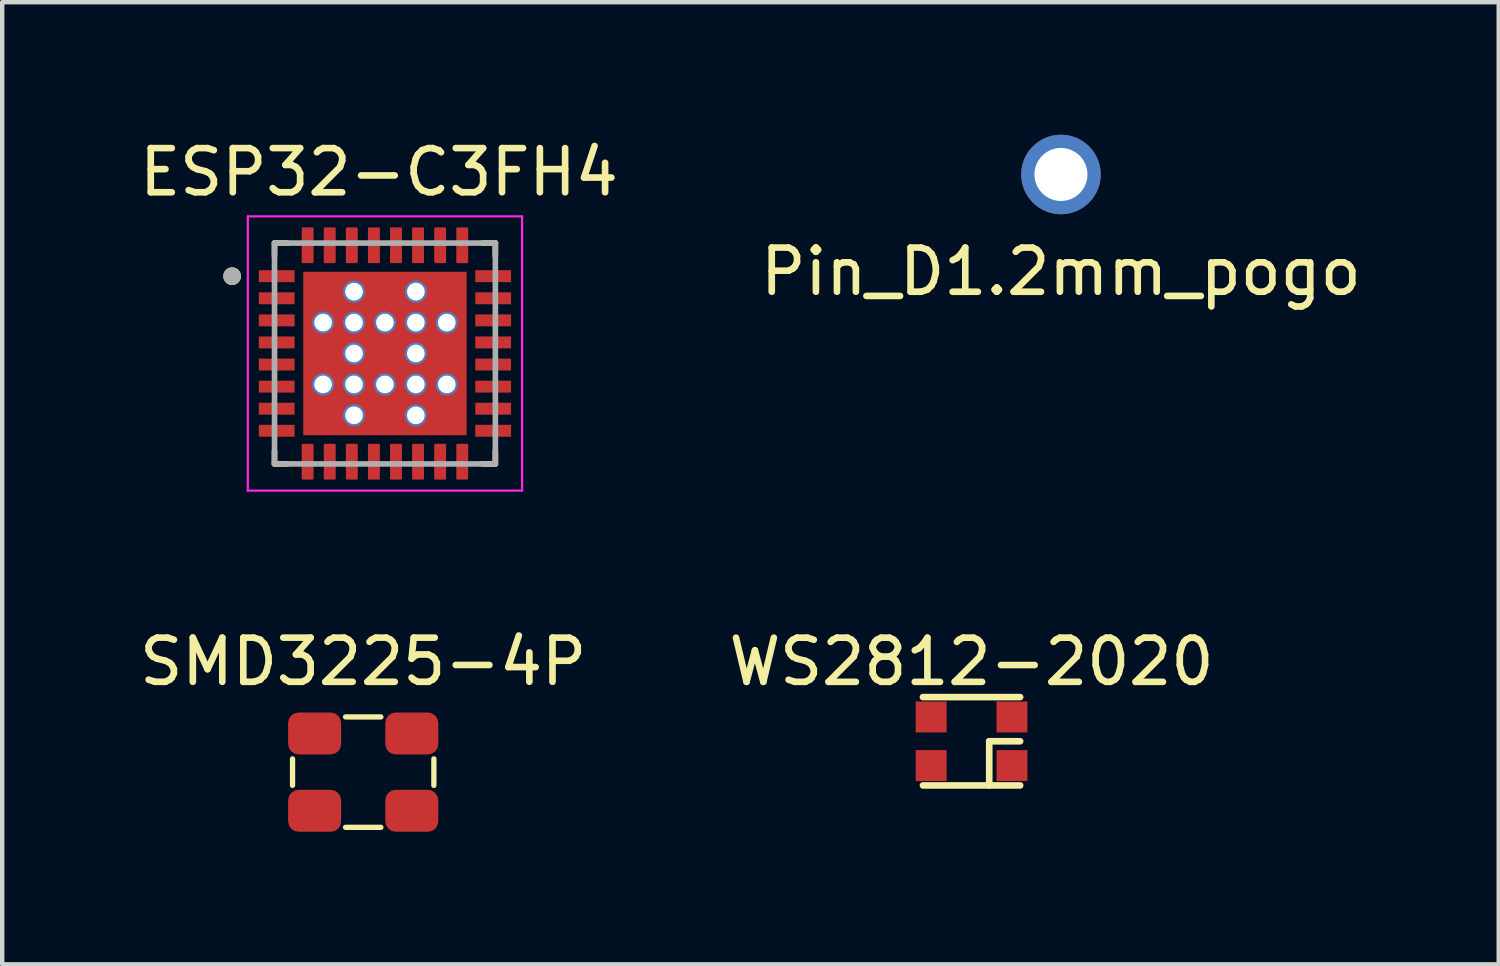
<source format=kicad_pcb>
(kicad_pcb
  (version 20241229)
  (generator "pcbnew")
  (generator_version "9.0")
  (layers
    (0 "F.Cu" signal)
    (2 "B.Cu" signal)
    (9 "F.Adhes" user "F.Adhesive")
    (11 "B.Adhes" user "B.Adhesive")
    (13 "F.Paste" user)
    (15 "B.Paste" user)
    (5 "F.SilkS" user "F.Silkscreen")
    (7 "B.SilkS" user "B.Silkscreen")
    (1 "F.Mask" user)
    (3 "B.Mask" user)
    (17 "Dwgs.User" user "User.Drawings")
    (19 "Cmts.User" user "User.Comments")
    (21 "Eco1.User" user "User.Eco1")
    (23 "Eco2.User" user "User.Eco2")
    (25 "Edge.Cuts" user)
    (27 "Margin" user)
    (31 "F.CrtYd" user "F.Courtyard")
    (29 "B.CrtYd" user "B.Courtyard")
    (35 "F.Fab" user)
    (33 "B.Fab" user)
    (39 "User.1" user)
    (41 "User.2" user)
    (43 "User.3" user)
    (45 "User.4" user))
  (footprint "SMD3225-4P"
    (layer "F.Cu")
    (at 5.173 14.431)
    (property "Reference" "SMD3225-4P" (at 0 -2.5 0) (unlocked yes) (layer "F.SilkS") (effects (font (size 1 1) (thickness 0.15))))
    (attr smd)
    (fp_line (start -1.6 -0.3) (end -1.6 0.3) (stroke (width 0.12) (type solid)) (layer "F.SilkS"))
    (fp_line (start -0.4 -1.25) (end 0.4 -1.25) (stroke (width 0.12) (type solid)) (layer "F.SilkS"))
    (fp_line (start -0.4 1.25) (end 0.4 1.25) (stroke (width 0.12) (type solid)) (layer "F.SilkS"))
    (fp_line (start 1.6 -0.3) (end 1.6 0.3) (stroke (width 0.12) (type solid)) (layer "F.SilkS"))
    (pad "1" smd roundrect (at -1.1 0.875 90) (size 0.95 1.2) (layers "F.Cu" "F.Mask" "F.Paste") (roundrect_rratio 0.25))
    (pad "2" smd roundrect (at 1.1 0.875 90) (size 0.95 1.2) (layers "F.Cu" "F.Mask" "F.Paste") (roundrect_rratio 0.25))
    (pad "3" smd roundrect (at 1.1 -0.875 90) (size 0.95 1.2) (layers "F.Cu" "F.Mask" "F.Paste") (roundrect_rratio 0.25))
    (pad "4" smd roundrect (at -1.1 -0.875 180) (size 1.2 0.95) (layers "F.Cu" "F.Mask" "F.Paste") (roundrect_rratio 0.25)))
  (footprint "WS2812-2020"
    (layer "F.Cu")
    (at 18.946 13.732)
    (property "Reference" "WS2812-2020" (at 0 -1.8 0) (unlocked yes) (layer "F.SilkS") (effects (font (size 1 1) (thickness 0.15))))
    (attr smd)
    (fp_line (start -1.1 -1) (end 1.1 -1) (stroke (width 0.15) (type solid)) (layer "F.SilkS"))
    (fp_line (start -1.1 1) (end 1.1 1) (stroke (width 0.15) (type solid)) (layer "F.SilkS"))
    (fp_line (start 0.4 0) (end 1.1 0) (stroke (width 0.15) (type solid)) (layer "F.SilkS"))
    (fp_line (start 0.4 1) (end 0.4 0) (stroke (width 0.15) (type solid)) (layer "F.SilkS"))
    (pad "1" smd rect (at 0.915 0.55) (size 0.7 0.7) (layers "F.Cu" "F.Mask" "F.Paste"))
    (pad "2" smd rect (at 0.915 -0.55) (size 0.7 0.7) (layers "F.Cu" "F.Mask" "F.Paste"))
    (pad "3" smd rect (at -0.915 -0.55) (size 0.7 0.7) (layers "F.Cu" "F.Mask" "F.Paste"))
    (pad "4" smd rect (at -0.915 0.55) (size 0.7 0.7) (layers "F.Cu" "F.Mask" "F.Paste")))
  (footprint "ESP32-C3FH4"
    (layer "F.Cu")
    (at 5.665 4.953)
    (property "Reference" "ESP32-C3FH4" (at -0.135 -4.105 0) (layer "F.SilkS") (effects (font (size 1 1) (thickness 0.15))))
    (attr through_hole)
    (fp_line (start -2.5 -2.5) (end -2.5 -2.205) (stroke (width 0.127) (type solid)) (layer "F.SilkS"))
    (fp_line (start -2.5 -2.5) (end -2.205 -2.5) (stroke (width 0.127) (type solid)) (layer "F.SilkS"))
    (fp_line (start -2.5 2.5) (end -2.5 2.205) (stroke (width 0.127) (type solid)) (layer "F.SilkS"))
    (fp_line (start -2.5 2.5) (end -2.205 2.5) (stroke (width 0.127) (type solid)) (layer "F.SilkS"))
    (fp_line (start 2.5 -2.5) (end 2.205 -2.5) (stroke (width 0.127) (type solid)) (layer "F.SilkS"))
    (fp_line (start 2.5 -2.5) (end 2.5 -2.205) (stroke (width 0.127) (type solid)) (layer "F.SilkS"))
    (fp_line (start 2.5 2.5) (end 2.205 2.5) (stroke (width 0.127) (type solid)) (layer "F.SilkS"))
    (fp_line (start 2.5 2.5) (end 2.5 2.205) (stroke (width 0.127) (type solid)) (layer "F.SilkS"))
    (fp_circle (center -3.46 -1.75) (end -3.36 -1.75) (stroke (width 0.2) (type solid)) (fill no) (layer "F.SilkS"))
    (fp_poly (pts (xy -1.85 -1.85) (xy -0.95 -1.85) (xy -0.95 -0.95) (xy -1.85 -0.95)) (stroke (width 0.01) (type solid)) (fill yes) (layer "F.Paste"))
    (fp_poly (pts (xy -1.85 -0.45) (xy -0.95 -0.45) (xy -0.95 0.45) (xy -1.85 0.45)) (stroke (width 0.01) (type solid)) (fill yes) (layer "F.Paste"))
    (fp_poly (pts (xy -1.85 0.95) (xy -0.95 0.95) (xy -0.95 1.85) (xy -1.85 1.85)) (stroke (width 0.01) (type solid)) (fill yes) (layer "F.Paste"))
    (fp_poly (pts (xy -0.45 -1.85) (xy 0.45 -1.85) (xy 0.45 -0.95) (xy -0.45 -0.95)) (stroke (width 0.01) (type solid)) (fill yes) (layer "F.Paste"))
    (fp_poly (pts (xy -0.45 -0.45) (xy 0.45 -0.45) (xy 0.45 0.45) (xy -0.45 0.45)) (stroke (width 0.01) (type solid)) (fill yes) (layer "F.Paste"))
    (fp_poly (pts (xy -0.45 0.95) (xy 0.45 0.95) (xy 0.45 1.85) (xy -0.45 1.85)) (stroke (width 0.01) (type solid)) (fill yes) (layer "F.Paste"))
    (fp_poly (pts (xy 0.95 -1.85) (xy 1.85 -1.85) (xy 1.85 -0.95) (xy 0.95 -0.95)) (stroke (width 0.01) (type solid)) (fill yes) (layer "F.Paste"))
    (fp_poly (pts (xy 0.95 -0.45) (xy 1.85 -0.45) (xy 1.85 0.45) (xy 0.95 0.45)) (stroke (width 0.01) (type solid)) (fill yes) (layer "F.Paste"))
    (fp_poly (pts (xy 0.95 0.95) (xy 1.85 0.95) (xy 1.85 1.85) (xy 0.95 1.85)) (stroke (width 0.01) (type solid)) (fill yes) (layer "F.Paste"))
    (fp_line (start -3.105 -3.105) (end 3.105 -3.105) (stroke (width 0.05) (type solid)) (layer "F.CrtYd"))
    (fp_line (start -3.105 3.105) (end -3.105 -3.105) (stroke (width 0.05) (type solid)) (layer "F.CrtYd"))
    (fp_line (start -3.105 3.105) (end 3.105 3.105) (stroke (width 0.05) (type solid)) (layer "F.CrtYd"))
    (fp_line (start 3.105 3.105) (end 3.105 -3.105) (stroke (width 0.05) (type solid)) (layer "F.CrtYd"))
    (fp_line (start -2.5 2.5) (end -2.5 -2.5) (stroke (width 0.127) (type solid)) (layer "F.Fab"))
    (fp_line (start 2.5 -2.5) (end -2.5 -2.5) (stroke (width 0.127) (type solid)) (layer "F.Fab"))
    (fp_line (start 2.5 2.5) (end -2.5 2.5) (stroke (width 0.127) (type solid)) (layer "F.Fab"))
    (fp_line (start 2.5 2.5) (end 2.5 -2.5) (stroke (width 0.127) (type solid)) (layer "F.Fab"))
    (fp_circle (center -3.46 -1.75) (end -3.36 -1.75) (stroke (width 0.2) (type solid)) (fill no) (layer "F.Fab"))
    (pad "1" smd roundrect (at -2.45 -1.75) (size 0.81 0.27) (layers "F.Cu" "F.Mask" "F.Paste") (roundrect_rratio 0.03))
    (pad "2" smd roundrect (at -2.45 -1.25) (size 0.81 0.27) (layers "F.Cu" "F.Mask" "F.Paste") (roundrect_rratio 0.03))
    (pad "3" smd roundrect (at -2.45 -0.75) (size 0.81 0.27) (layers "F.Cu" "F.Mask" "F.Paste") (roundrect_rratio 0.03))
    (pad "4" smd roundrect (at -2.45 -0.25) (size 0.81 0.27) (layers "F.Cu" "F.Mask" "F.Paste") (roundrect_rratio 0.03))
    (pad "5" smd roundrect (at -2.45 0.25) (size 0.81 0.27) (layers "F.Cu" "F.Mask" "F.Paste") (roundrect_rratio 0.03))
    (pad "6" smd roundrect (at -2.45 0.75) (size 0.81 0.27) (layers "F.Cu" "F.Mask" "F.Paste") (roundrect_rratio 0.03))
    (pad "7" smd roundrect (at -2.45 1.25) (size 0.81 0.27) (layers "F.Cu" "F.Mask" "F.Paste") (roundrect_rratio 0.03))
    (pad "8" smd roundrect (at -2.45 1.75) (size 0.81 0.27) (layers "F.Cu" "F.Mask" "F.Paste") (roundrect_rratio 0.03))
    (pad "9" smd roundrect (at -1.75 2.45) (size 0.27 0.81) (layers "F.Cu" "F.Mask" "F.Paste") (roundrect_rratio 0.1))
    (pad "10" smd roundrect (at -1.25 2.45) (size 0.27 0.81) (layers "F.Cu" "F.Mask" "F.Paste") (roundrect_rratio 0.1))
    (pad "11" smd roundrect (at -0.75 2.45) (size 0.27 0.81) (layers "F.Cu" "F.Mask" "F.Paste") (roundrect_rratio 0.1))
    (pad "12" smd roundrect (at -0.25 2.45) (size 0.27 0.81) (layers "F.Cu" "F.Mask" "F.Paste") (roundrect_rratio 0.1))
    (pad "13" smd roundrect (at 0.25 2.45) (size 0.27 0.81) (layers "F.Cu" "F.Mask" "F.Paste") (roundrect_rratio 0.1))
    (pad "14" smd roundrect (at 0.75 2.45) (size 0.27 0.81) (layers "F.Cu" "F.Mask" "F.Paste") (roundrect_rratio 0.1))
    (pad "15" smd roundrect (at 1.25 2.45) (size 0.27 0.81) (layers "F.Cu" "F.Mask" "F.Paste") (roundrect_rratio 0.1))
    (pad "16" smd roundrect (at 1.75 2.45) (size 0.27 0.81) (layers "F.Cu" "F.Mask" "F.Paste") (roundrect_rratio 0.1))
    (pad "17" smd roundrect (at 2.45 1.75) (size 0.81 0.27) (layers "F.Cu" "F.Mask" "F.Paste") (roundrect_rratio 0.03))
    (pad "18" smd roundrect (at 2.45 1.25) (size 0.81 0.27) (layers "F.Cu" "F.Mask" "F.Paste") (roundrect_rratio 0.03))
    (pad "19" smd roundrect (at 2.45 0.75) (size 0.81 0.27) (layers "F.Cu" "F.Mask" "F.Paste") (roundrect_rratio 0.03))
    (pad "20" smd roundrect (at 2.45 0.25) (size 0.81 0.27) (layers "F.Cu" "F.Mask" "F.Paste") (roundrect_rratio 0.03))
    (pad "21" smd roundrect (at 2.45 -0.25) (size 0.81 0.27) (layers "F.Cu" "F.Mask" "F.Paste") (roundrect_rratio 0.03))
    (pad "22" smd roundrect (at 2.45 -0.75) (size 0.81 0.27) (layers "F.Cu" "F.Mask" "F.Paste") (roundrect_rratio 0.03))
    (pad "23" smd roundrect (at 2.45 -1.25) (size 0.81 0.27) (layers "F.Cu" "F.Mask" "F.Paste") (roundrect_rratio 0.03))
    (pad "24" smd roundrect (at 2.45 -1.75) (size 0.81 0.27) (layers "F.Cu" "F.Mask" "F.Paste") (roundrect_rratio 0.03))
    (pad "25" smd roundrect (at 1.75 -2.45) (size 0.27 0.81) (layers "F.Cu" "F.Mask" "F.Paste") (roundrect_rratio 0.1))
    (pad "26" smd roundrect (at 1.25 -2.45) (size 0.27 0.81) (layers "F.Cu" "F.Mask" "F.Paste") (roundrect_rratio 0.1))
    (pad "27" smd roundrect (at 0.75 -2.45) (size 0.27 0.81) (layers "F.Cu" "F.Mask" "F.Paste") (roundrect_rratio 0.1))
    (pad "28" smd roundrect (at 0.25 -2.45) (size 0.27 0.81) (layers "F.Cu" "F.Mask" "F.Paste") (roundrect_rratio 0.1))
    (pad "29" smd roundrect (at -0.25 -2.45) (size 0.27 0.81) (layers "F.Cu" "F.Mask" "F.Paste") (roundrect_rratio 0.1))
    (pad "30" smd roundrect (at -0.75 -2.45) (size 0.27 0.81) (layers "F.Cu" "F.Mask" "F.Paste") (roundrect_rratio 0.1))
    (pad "31" smd roundrect (at -1.25 -2.45) (size 0.27 0.81) (layers "F.Cu" "F.Mask" "F.Paste") (roundrect_rratio 0.1))
    (pad "32" smd roundrect (at -1.75 -2.45) (size 0.27 0.81) (layers "F.Cu" "F.Mask" "F.Paste") (roundrect_rratio 0.1))
    (pad "33" smd rect (at 0 0) (size 3.7 3.7) (layers "F.Cu" "F.Mask"))
    (pad "34" thru_hole circle (at -0.7 -1.4) (size 0.5 0.5) (drill 0.4) (layers "*.Cu"))
    (pad "35" thru_hole circle (at 0.7 -1.4) (size 0.5 0.5) (drill 0.4) (layers "*.Cu"))
    (pad "36" thru_hole circle (at -1.4 -0.7) (size 0.5 0.5) (drill 0.4) (layers "*.Cu"))
    (pad "37" thru_hole circle (at -0.7 -0.7) (size 0.5 0.5) (drill 0.4) (layers "*.Cu"))
    (pad "38" thru_hole circle (at 0 -0.7) (size 0.5 0.5) (drill 0.4) (layers "*.Cu"))
    (pad "39" thru_hole circle (at 0.7 -0.7) (size 0.5 0.5) (drill 0.4) (layers "*.Cu"))
    (pad "40" thru_hole circle (at 1.4 -0.7) (size 0.5 0.5) (drill 0.4) (layers "*.Cu"))
    (pad "41" thru_hole circle (at -0.7 0) (size 0.5 0.5) (drill 0.4) (layers "*.Cu"))
    (pad "42" thru_hole circle (at 0.7 0) (size 0.5 0.5) (drill 0.4) (layers "*.Cu"))
    (pad "43" thru_hole circle (at -1.4 0.7) (size 0.5 0.5) (drill 0.4) (layers "*.Cu"))
    (pad "44" thru_hole circle (at -0.7 0.7) (size 0.5 0.5) (drill 0.4) (layers "*.Cu"))
    (pad "45" thru_hole circle (at 0 0.7) (size 0.5 0.5) (drill 0.4) (layers "*.Cu"))
    (pad "46" thru_hole circle (at 0.7 0.7) (size 0.5 0.5) (drill 0.4) (layers "*.Cu"))
    (pad "47" thru_hole circle (at 1.4 0.7) (size 0.5 0.5) (drill 0.4) (layers "*.Cu"))
    (pad "48" thru_hole circle (at -0.7 1.4) (size 0.5 0.5) (drill 0.4) (layers "*.Cu"))
    (pad "49" thru_hole circle (at 0.7 1.4) (size 0.5 0.5) (drill 0.4) (layers "*.Cu")))
  (footprint "Pin_D1.2mm_pogo"
    (layer "F.Cu")
    (at 20.97 0.9)
    (property "Reference" "Pin_D1.2mm_pogo" (at 0 2.2 0) (layer "F.SilkS") (effects (font (size 1 1) (thickness 0.15))))
    (attr through_hole)
    (pad "1" thru_hole circle (at 0 0) (size 1.8 1.8) (drill 1.2) (layers "*.Cu" "*.Mask")))
  (gr_rect
    (start -3 -3)
    (end 30.881 18.782)
    (stroke (width 0.1) (type default))
    (fill no)
    (layer "Edge.Cuts")))
</source>
